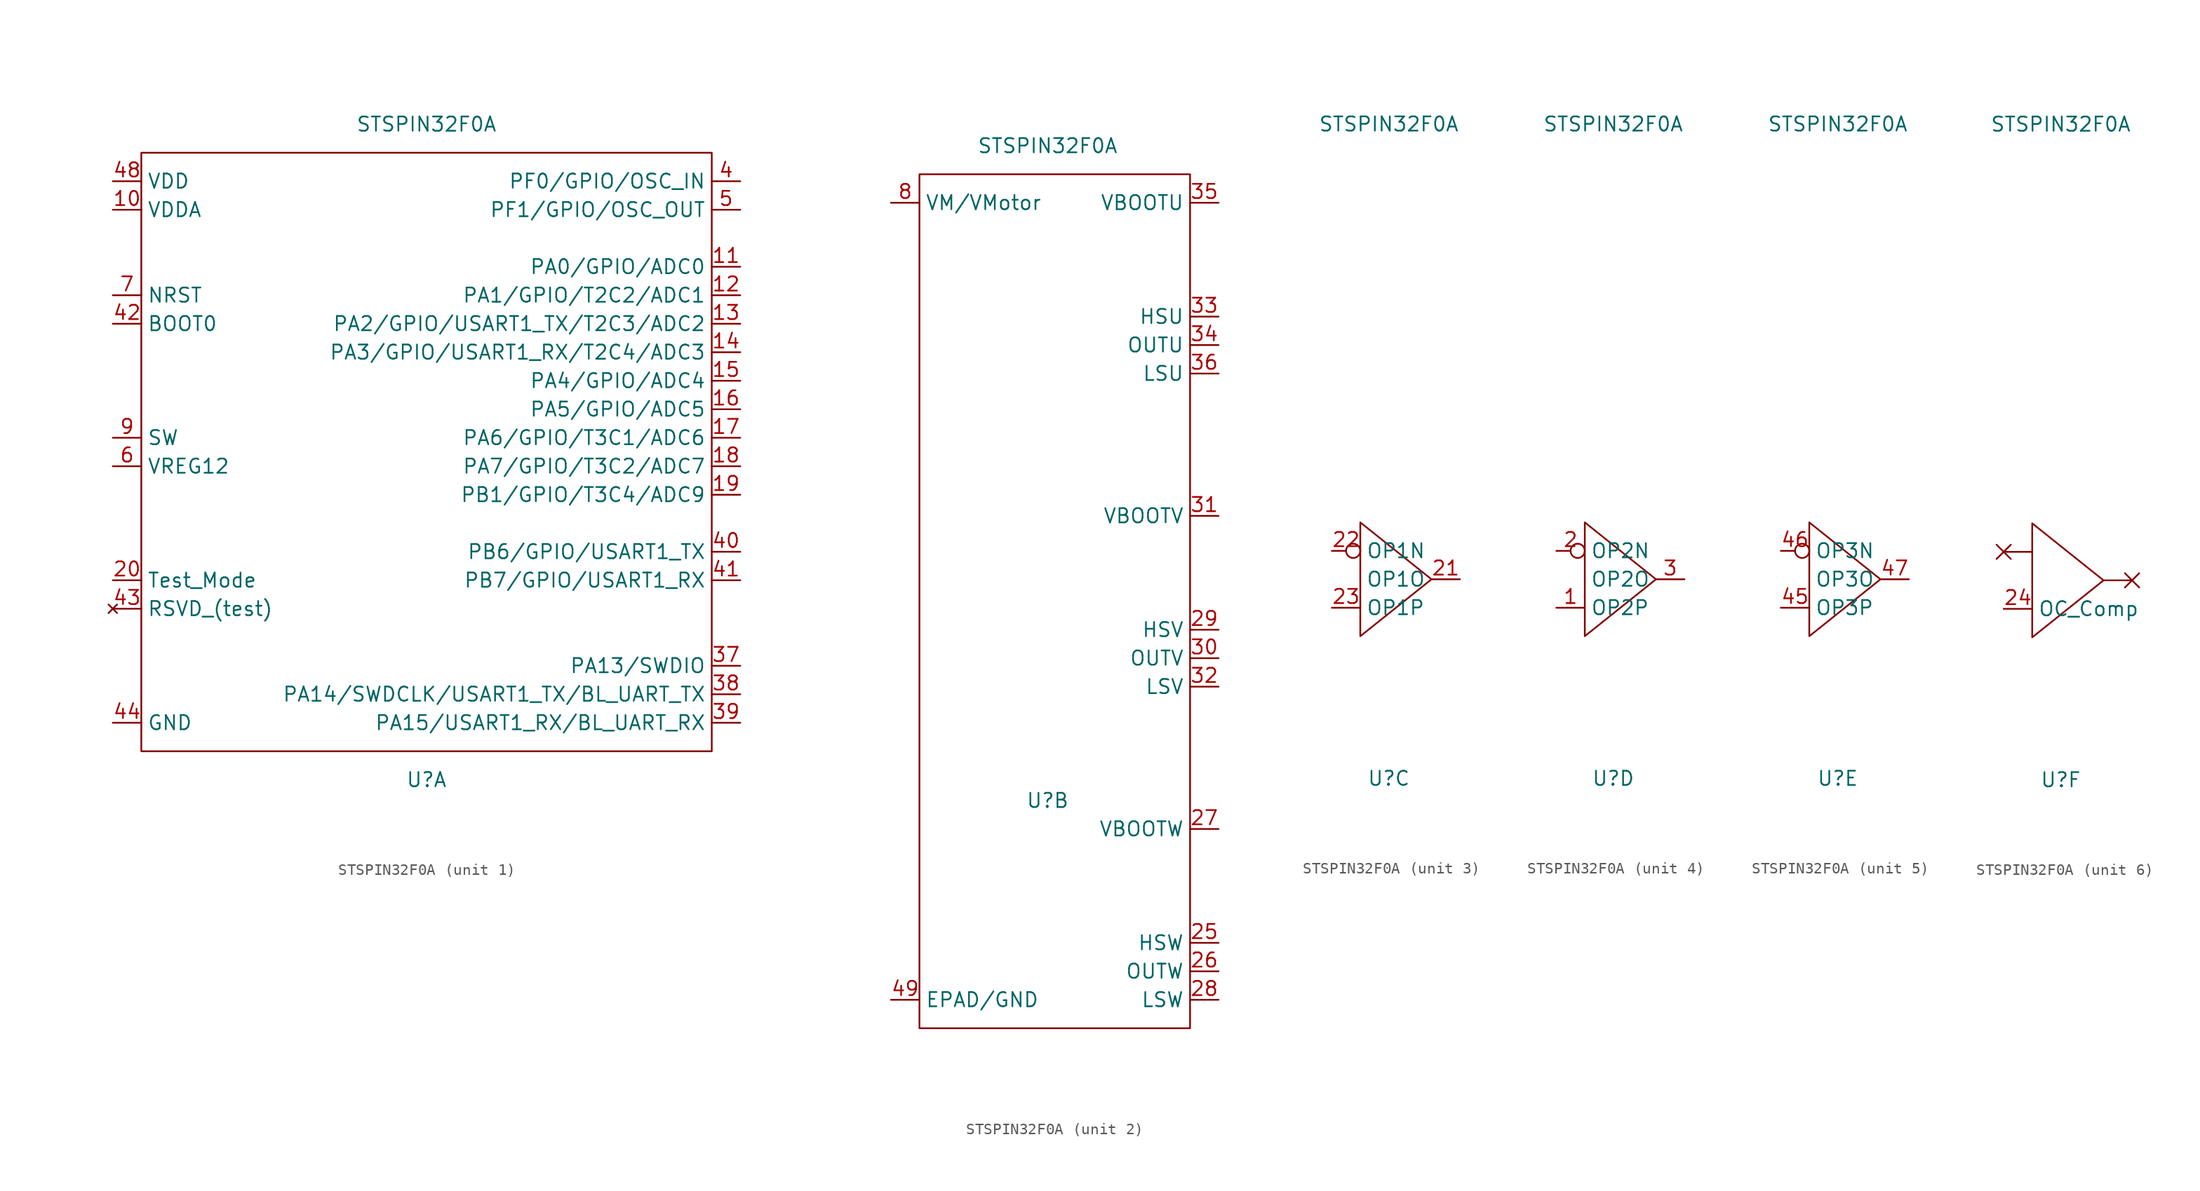
<source format=kicad_sym>
(kicad_symbol_lib
  (version 20210619)
  (generator kicad_symbol_editor)
  (symbol "st_microcontrollers:STSPIN32F0A"
    (property "Reference" "U"
      (at 0 -17.78 0)
      (effects (font (size 1.27 1.27))))
    (property "Value" "STSPIN32F0A"
      (at 0 40.64 0)
      (effects (font (size 1.27 1.27))))
    (property "ki_locked" ""
      (at 0 0 0)
      (effects (font (size 1.27 1.27))))
    (symbol "STSPIN32F0A_1_1"
      (rectangle (start -25.4 38.1) (end 25.4 -15.24) (stroke (width 0.152)) (fill (type none)))
      (pin power_in line (at -27.94 33.02 0) (length 2.54) (name "VDDA" (effects (font (size 1.27 1.27)))) (number "10" (effects (font (size 1.27 1.27)))))
      (pin bidirectional line (at 27.94 27.94 180) (length 2.54) (name "PA0/GPIO/ADC0" (effects (font (size 1.27 1.27)))) (number "11" (effects (font (size 1.27 1.27)))))
      (pin bidirectional line (at 27.94 25.4 180) (length 2.54) (name "PA1/GPIO/T2C2/ADC1" (effects (font (size 1.27 1.27)))) (number "12" (effects (font (size 1.27 1.27)))))
      (pin bidirectional line (at 27.94 22.86 180) (length 2.54) (name "PA2/GPIO/USART1_TX/T2C3/ADC2" (effects (font (size 1.27 1.27)))) (number "13" (effects (font (size 1.27 1.27)))))
      (pin bidirectional line (at 27.94 20.32 180) (length 2.54) (name "PA3/GPIO/USART1_RX/T2C4/ADC3" (effects (font (size 1.27 1.27)))) (number "14" (effects (font (size 1.27 1.27)))))
      (pin bidirectional line (at 27.94 17.78 180) (length 2.54) (name "PA4/GPIO/ADC4" (effects (font (size 1.27 1.27)))) (number "15" (effects (font (size 1.27 1.27)))))
      (pin bidirectional line (at 27.94 15.24 180) (length 2.54) (name "PA5/GPIO/ADC5" (effects (font (size 1.27 1.27)))) (number "16" (effects (font (size 1.27 1.27)))))
      (pin bidirectional line (at 27.94 12.7 180) (length 2.54) (name "PA6/GPIO/T3C1/ADC6" (effects (font (size 1.27 1.27)))) (number "17" (effects (font (size 1.27 1.27)))))
      (pin bidirectional line (at 27.94 10.16 180) (length 2.54) (name "PA7/GPIO/T3C2/ADC7" (effects (font (size 1.27 1.27)))) (number "18" (effects (font (size 1.27 1.27)))))
      (pin bidirectional line (at 27.94 7.62 180) (length 2.54) (name "PB1/GPIO/T3C4/ADC9" (effects (font (size 1.27 1.27)))) (number "19" (effects (font (size 1.27 1.27)))))
      (pin input line (at -27.94 0 0) (length 2.54) (name "Test_Mode" (effects (font (size 1.27 1.27)))) (number "20" (effects (font (size 1.27 1.27)))))
      (pin input line (at 27.94 -7.62 180) (length 2.54) (name "PA13/SWDIO" (effects (font (size 1.27 1.27)))) (number "37" (effects (font (size 1.27 1.27)))))
      (pin input line (at 27.94 -10.16 180) (length 2.54) (name "PA14/SWDCLK/USART1_TX/BL_UART_TX" (effects (font (size 1.27 1.27)))) (number "38" (effects (font (size 1.27 1.27)))))
      (pin input line (at 27.94 -12.7 180) (length 2.54) (name "PA15/USART1_RX/BL_UART_RX" (effects (font (size 1.27 1.27)))) (number "39" (effects (font (size 1.27 1.27)))))
      (pin bidirectional line (at 27.94 35.56 180) (length 2.54) (name "PF0/GPIO/OSC_IN" (effects (font (size 1.27 1.27)))) (number "4" (effects (font (size 1.27 1.27)))))
      (pin bidirectional line (at 27.94 2.54 180) (length 2.54) (name "PB6/GPIO/USART1_TX" (effects (font (size 1.27 1.27)))) (number "40" (effects (font (size 1.27 1.27)))))
      (pin bidirectional line (at 27.94 0 180) (length 2.54) (name "PB7/GPIO/USART1_RX" (effects (font (size 1.27 1.27)))) (number "41" (effects (font (size 1.27 1.27)))))
      (pin bidirectional line (at -27.94 22.86 0) (length 2.54) (name "BOOT0" (effects (font (size 1.27 1.27)))) (number "42" (effects (font (size 1.27 1.27)))))
      (pin no_connect line (at -27.94 -2.54 0) (length 2.54) (name "RSVD_(test)" (effects (font (size 1.27 1.27)))) (number "43" (effects (font (size 1.27 1.27)))))
      (pin power_in line (at -27.94 -12.7 0) (length 2.54) (name "GND" (effects (font (size 1.27 1.27)))) (number "44" (effects (font (size 1.27 1.27)))))
      (pin power_in line (at -27.94 35.56 0) (length 2.54) (name "VDD" (effects (font (size 1.27 1.27)))) (number "48" (effects (font (size 1.27 1.27)))))
      (pin bidirectional line (at 27.94 33.02 180) (length 2.54) (name "PF1/GPIO/OSC_OUT" (effects (font (size 1.27 1.27)))) (number "5" (effects (font (size 1.27 1.27)))))
      (pin bidirectional line (at -27.94 10.16 0) (length 2.54) (name "VREG12" (effects (font (size 1.27 1.27)))) (number "6" (effects (font (size 1.27 1.27)))))
      (pin bidirectional line (at -27.94 25.4 0) (length 2.54) (name "NRST" (effects (font (size 1.27 1.27)))) (number "7" (effects (font (size 1.27 1.27)))))
      (pin bidirectional line (at -27.94 12.7 0) (length 2.54) (name "SW" (effects (font (size 1.27 1.27)))) (number "9" (effects (font (size 1.27 1.27))))))
    (symbol "STSPIN32F0A_2_1"
      (rectangle (start -11.43 38.1) (end 12.7 -38.1) (stroke (width 0.152)) (fill (type none)))
      (pin output line (at 15.24 -30.48 180) (length 2.54) (name "HSW" (effects (font (size 1.27 1.27)))) (number "25" (effects (font (size 1.27 1.27)))))
      (pin bidirectional line (at 15.24 -33.02 180) (length 2.54) (name "OUTW" (effects (font (size 1.27 1.27)))) (number "26" (effects (font (size 1.27 1.27)))))
      (pin bidirectional line (at 15.24 -20.32 180) (length 2.54) (name "VBOOTW" (effects (font (size 1.27 1.27)))) (number "27" (effects (font (size 1.27 1.27)))))
      (pin output line (at 15.24 -35.56 180) (length 2.54) (name "LSW" (effects (font (size 1.27 1.27)))) (number "28" (effects (font (size 1.27 1.27)))))
      (pin output line (at 15.24 -2.54 180) (length 2.54) (name "HSV" (effects (font (size 1.27 1.27)))) (number "29" (effects (font (size 1.27 1.27)))))
      (pin bidirectional line (at 15.24 -5.08 180) (length 2.54) (name "OUTV" (effects (font (size 1.27 1.27)))) (number "30" (effects (font (size 1.27 1.27)))))
      (pin bidirectional line (at 15.24 7.62 180) (length 2.54) (name "VBOOTV" (effects (font (size 1.27 1.27)))) (number "31" (effects (font (size 1.27 1.27)))))
      (pin output line (at 15.24 -7.62 180) (length 2.54) (name "LSV" (effects (font (size 1.27 1.27)))) (number "32" (effects (font (size 1.27 1.27)))))
      (pin output line (at 15.24 25.4 180) (length 2.54) (name "HSU" (effects (font (size 1.27 1.27)))) (number "33" (effects (font (size 1.27 1.27)))))
      (pin bidirectional line (at 15.24 22.86 180) (length 2.54) (name "OUTU" (effects (font (size 1.27 1.27)))) (number "34" (effects (font (size 1.27 1.27)))))
      (pin bidirectional line (at 15.24 35.56 180) (length 2.54) (name "VBOOTU" (effects (font (size 1.27 1.27)))) (number "35" (effects (font (size 1.27 1.27)))))
      (pin output line (at 15.24 20.32 180) (length 2.54) (name "LSU" (effects (font (size 1.27 1.27)))) (number "36" (effects (font (size 1.27 1.27)))))
      (pin power_in line (at -13.97 -35.56 0) (length 2.54) (name "EPAD/GND" (effects (font (size 1.27 1.27)))) (number "49" (effects (font (size 1.27 1.27)))))
      (pin power_in line (at -13.97 35.56 0) (length 2.54) (name "VM/VMotor" (effects (font (size 1.27 1.27)))) (number "8" (effects (font (size 1.27 1.27))))))
    (symbol "STSPIN32F0A_3_1"
      (polyline (pts (xy -2.54 5.08) (xy -2.54 -5.08) (xy 3.81 0) (xy -2.54 5.08)) (stroke (width 0.152)) (fill (type none)))
      (pin output line (at 6.35 0 180) (length 2.54) (name "OP1O" (effects (font (size 1.27 1.27)))) (number "21" (effects (font (size 1.27 1.27)))))
      (pin input inverted (at -5.08 2.54 0) (length 2.54) (name "OP1N" (effects (font (size 1.27 1.27)))) (number "22" (effects (font (size 1.27 1.27)))))
      (pin input line (at -5.08 -2.54 0) (length 2.54) (name "OP1P" (effects (font (size 1.27 1.27)))) (number "23" (effects (font (size 1.27 1.27))))))
    (symbol "STSPIN32F0A_4_1"
      (polyline (pts (xy -2.54 5.08) (xy -2.54 -5.08) (xy 3.81 0) (xy -2.54 5.08)) (stroke (width 0.152)) (fill (type none)))
      (pin input line (at -5.08 -2.54 0) (length 2.54) (name "OP2P" (effects (font (size 1.27 1.27)))) (number "1" (effects (font (size 1.27 1.27)))))
      (pin input inverted (at -5.08 2.54 0) (length 2.54) (name "OP2N" (effects (font (size 1.27 1.27)))) (number "2" (effects (font (size 1.27 1.27)))))
      (pin output line (at 6.35 0 180) (length 2.54) (name "OP2O" (effects (font (size 1.27 1.27)))) (number "3" (effects (font (size 1.27 1.27))))))
    (symbol "STSPIN32F0A_5_1"
      (polyline (pts (xy -2.54 5.08) (xy -2.54 -5.08) (xy 3.81 0) (xy -2.54 5.08)) (stroke (width 0.152)) (fill (type none)))
      (pin input line (at -5.08 -2.54 0) (length 2.54) (name "OP3P" (effects (font (size 1.27 1.27)))) (number "45" (effects (font (size 1.27 1.27)))))
      (pin input inverted (at -5.08 2.54 0) (length 2.54) (name "OP3N" (effects (font (size 1.27 1.27)))) (number "46" (effects (font (size 1.27 1.27)))))
      (pin output line (at 6.35 0 180) (length 2.54) (name "OP3O" (effects (font (size 1.27 1.27)))) (number "47" (effects (font (size 1.27 1.27))))))
    (symbol "STSPIN32F0A_6_1"
      (polyline (pts (xy -5.715 3.175) (xy -4.445 1.905)) (stroke (width 0.152)) (fill (type none)))
      (polyline (pts (xy -4.445 3.175) (xy -5.715 1.905)) (stroke (width 0.152)) (fill (type none)))
      (polyline (pts (xy -2.54 2.54) (xy -5.08 2.54)) (stroke (width 0.152)) (fill (type none)))
      (polyline (pts (xy 3.81 0) (xy 6.35 0)) (stroke (width 0.152)) (fill (type none)))
      (polyline (pts (xy 5.715 -0.635) (xy 6.985 0.635)) (stroke (width 0.152)) (fill (type none)))
      (polyline (pts (xy 5.715 0.635) (xy 6.985 -0.635)) (stroke (width 0.152)) (fill (type none)))
      (polyline (pts (xy -2.54 5.08) (xy -2.54 -5.08) (xy 3.81 0) (xy -2.54 5.08)) (stroke (width 0.152)) (fill (type none)))
      (pin input line (at -5.08 -2.54 0) (length 2.54) (name "OC_Comp" (effects (font (size 1.27 1.27)))) (number "24" (effects (font (size 1.27 1.27))))))))
</source>
